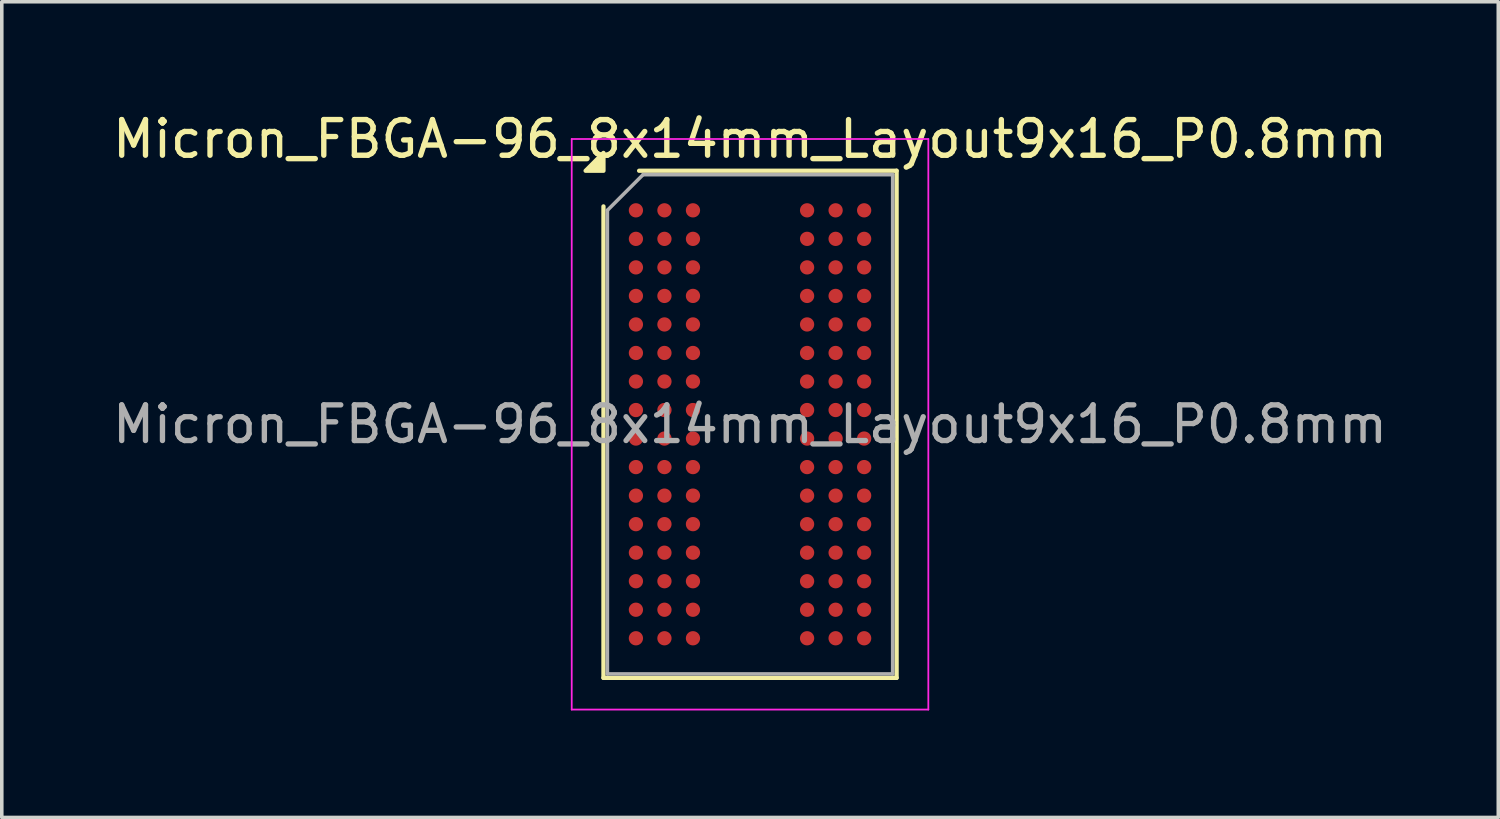
<source format=kicad_pcb>
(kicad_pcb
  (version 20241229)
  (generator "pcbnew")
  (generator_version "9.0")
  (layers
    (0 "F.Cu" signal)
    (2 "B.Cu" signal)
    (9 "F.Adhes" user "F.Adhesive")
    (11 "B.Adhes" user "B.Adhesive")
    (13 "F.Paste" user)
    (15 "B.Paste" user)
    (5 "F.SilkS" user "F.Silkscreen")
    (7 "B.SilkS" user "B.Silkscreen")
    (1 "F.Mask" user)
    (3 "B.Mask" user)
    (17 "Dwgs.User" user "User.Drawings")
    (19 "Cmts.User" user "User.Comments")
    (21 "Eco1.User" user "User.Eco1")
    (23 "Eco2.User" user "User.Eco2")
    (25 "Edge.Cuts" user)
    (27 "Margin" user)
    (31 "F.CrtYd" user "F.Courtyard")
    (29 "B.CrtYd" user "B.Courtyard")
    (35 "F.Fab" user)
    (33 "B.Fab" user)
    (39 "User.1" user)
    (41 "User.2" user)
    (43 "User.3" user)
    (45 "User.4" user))
  (footprint "Micron_FBGA-96_8x14mm_Layout9x16_P0.8mm"
    (layer "F.Cu")
    (at 17.982 8.848)
    (property "Reference" "Micron_FBGA-96_8x14mm_Layout9x16_P0.8mm" (at 0 -8 0) (layer "F.SilkS") (effects (font (size 1 1) (thickness 0.15))))
    (attr smd)
    (fp_line (start -4.11 7.11) (end -4.11 -6.11) (stroke (width 0.12) (type solid)) (layer "F.SilkS"))
    (fp_line (start -3.11 -7.11) (end 4.11 -7.11) (stroke (width 0.12) (type solid)) (layer "F.SilkS"))
    (fp_line (start 4.11 -7.11) (end 4.11 7.11) (stroke (width 0.12) (type solid)) (layer "F.SilkS"))
    (fp_line (start 4.11 7.11) (end -4.11 7.11) (stroke (width 0.12) (type solid)) (layer "F.SilkS"))
    (fp_poly (pts (xy -4.11 -7.11) (xy -4.61 -7.11) (xy -4.11 -7.61) (xy -4.11 -7.11)) (stroke (width 0.12) (type solid)) (fill yes) (layer "F.SilkS"))
    (fp_line (start -5 -8) (end -5 8) (stroke (width 0.05) (type solid)) (layer "F.CrtYd"))
    (fp_line (start -5 8) (end 5 8) (stroke (width 0.05) (type solid)) (layer "F.CrtYd"))
    (fp_line (start 5 -8) (end -5 -8) (stroke (width 0.05) (type solid)) (layer "F.CrtYd"))
    (fp_line (start 5 8) (end 5 -8) (stroke (width 0.05) (type solid)) (layer "F.CrtYd"))
    (fp_line (start -4 -6) (end -3 -7) (stroke (width 0.1) (type solid)) (layer "F.Fab"))
    (fp_line (start -4 7) (end -4 -6) (stroke (width 0.1) (type solid)) (layer "F.Fab"))
    (fp_line (start -3 -7) (end 4 -7) (stroke (width 0.1) (type solid)) (layer "F.Fab"))
    (fp_line (start 4 -7) (end 4 7) (stroke (width 0.1) (type solid)) (layer "F.Fab"))
    (fp_line (start 4 7) (end -4 7) (stroke (width 0.1) (type solid)) (layer "F.Fab"))
    (fp_text user "${REFERENCE}" (at 0 0 0) (layer "F.Fab") (effects (font (size 1 1) (thickness 0.15))))
    (pad "A1" smd circle (at -3.2 -6) (size 0.4 0.4) (property pad_prop_bga) (layers "F.Cu" "F.Mask" "F.Paste"))
    (pad "A2" smd circle (at -2.4 -6) (size 0.4 0.4) (property pad_prop_bga) (layers "F.Cu" "F.Mask" "F.Paste"))
    (pad "A3" smd circle (at -1.6 -6) (size 0.4 0.4) (property pad_prop_bga) (layers "F.Cu" "F.Mask" "F.Paste"))
    (pad "A7" smd circle (at 1.6 -6) (size 0.4 0.4) (property pad_prop_bga) (layers "F.Cu" "F.Mask" "F.Paste"))
    (pad "A8" smd circle (at 2.4 -6) (size 0.4 0.4) (property pad_prop_bga) (layers "F.Cu" "F.Mask" "F.Paste"))
    (pad "A9" smd circle (at 3.2 -6) (size 0.4 0.4) (property pad_prop_bga) (layers "F.Cu" "F.Mask" "F.Paste"))
    (pad "B1" smd circle (at -3.2 -5.2) (size 0.4 0.4) (property pad_prop_bga) (layers "F.Cu" "F.Mask" "F.Paste"))
    (pad "B2" smd circle (at -2.4 -5.2) (size 0.4 0.4) (property pad_prop_bga) (layers "F.Cu" "F.Mask" "F.Paste"))
    (pad "B3" smd circle (at -1.6 -5.2) (size 0.4 0.4) (property pad_prop_bga) (layers "F.Cu" "F.Mask" "F.Paste"))
    (pad "B7" smd circle (at 1.6 -5.2) (size 0.4 0.4) (property pad_prop_bga) (layers "F.Cu" "F.Mask" "F.Paste"))
    (pad "B8" smd circle (at 2.4 -5.2) (size 0.4 0.4) (property pad_prop_bga) (layers "F.Cu" "F.Mask" "F.Paste"))
    (pad "B9" smd circle (at 3.2 -5.2) (size 0.4 0.4) (property pad_prop_bga) (layers "F.Cu" "F.Mask" "F.Paste"))
    (pad "C1" smd circle (at -3.2 -4.4) (size 0.4 0.4) (property pad_prop_bga) (layers "F.Cu" "F.Mask" "F.Paste"))
    (pad "C2" smd circle (at -2.4 -4.4) (size 0.4 0.4) (property pad_prop_bga) (layers "F.Cu" "F.Mask" "F.Paste"))
    (pad "C3" smd circle (at -1.6 -4.4) (size 0.4 0.4) (property pad_prop_bga) (layers "F.Cu" "F.Mask" "F.Paste"))
    (pad "C7" smd circle (at 1.6 -4.4) (size 0.4 0.4) (property pad_prop_bga) (layers "F.Cu" "F.Mask" "F.Paste"))
    (pad "C8" smd circle (at 2.4 -4.4) (size 0.4 0.4) (property pad_prop_bga) (layers "F.Cu" "F.Mask" "F.Paste"))
    (pad "C9" smd circle (at 3.2 -4.4) (size 0.4 0.4) (property pad_prop_bga) (layers "F.Cu" "F.Mask" "F.Paste"))
    (pad "D1" smd circle (at -3.2 -3.6) (size 0.4 0.4) (property pad_prop_bga) (layers "F.Cu" "F.Mask" "F.Paste"))
    (pad "D2" smd circle (at -2.4 -3.6) (size 0.4 0.4) (property pad_prop_bga) (layers "F.Cu" "F.Mask" "F.Paste"))
    (pad "D3" smd circle (at -1.6 -3.6) (size 0.4 0.4) (property pad_prop_bga) (layers "F.Cu" "F.Mask" "F.Paste"))
    (pad "D7" smd circle (at 1.6 -3.6) (size 0.4 0.4) (property pad_prop_bga) (layers "F.Cu" "F.Mask" "F.Paste"))
    (pad "D8" smd circle (at 2.4 -3.6) (size 0.4 0.4) (property pad_prop_bga) (layers "F.Cu" "F.Mask" "F.Paste"))
    (pad "D9" smd circle (at 3.2 -3.6) (size 0.4 0.4) (property pad_prop_bga) (layers "F.Cu" "F.Mask" "F.Paste"))
    (pad "E1" smd circle (at -3.2 -2.8) (size 0.4 0.4) (property pad_prop_bga) (layers "F.Cu" "F.Mask" "F.Paste"))
    (pad "E2" smd circle (at -2.4 -2.8) (size 0.4 0.4) (property pad_prop_bga) (layers "F.Cu" "F.Mask" "F.Paste"))
    (pad "E3" smd circle (at -1.6 -2.8) (size 0.4 0.4) (property pad_prop_bga) (layers "F.Cu" "F.Mask" "F.Paste"))
    (pad "E7" smd circle (at 1.6 -2.8) (size 0.4 0.4) (property pad_prop_bga) (layers "F.Cu" "F.Mask" "F.Paste"))
    (pad "E8" smd circle (at 2.4 -2.8) (size 0.4 0.4) (property pad_prop_bga) (layers "F.Cu" "F.Mask" "F.Paste"))
    (pad "E9" smd circle (at 3.2 -2.8) (size 0.4 0.4) (property pad_prop_bga) (layers "F.Cu" "F.Mask" "F.Paste"))
    (pad "F1" smd circle (at -3.2 -2) (size 0.4 0.4) (property pad_prop_bga) (layers "F.Cu" "F.Mask" "F.Paste"))
    (pad "F2" smd circle (at -2.4 -2) (size 0.4 0.4) (property pad_prop_bga) (layers "F.Cu" "F.Mask" "F.Paste"))
    (pad "F3" smd circle (at -1.6 -2) (size 0.4 0.4) (property pad_prop_bga) (layers "F.Cu" "F.Mask" "F.Paste"))
    (pad "F7" smd circle (at 1.6 -2) (size 0.4 0.4) (property pad_prop_bga) (layers "F.Cu" "F.Mask" "F.Paste"))
    (pad "F8" smd circle (at 2.4 -2) (size 0.4 0.4) (property pad_prop_bga) (layers "F.Cu" "F.Mask" "F.Paste"))
    (pad "F9" smd circle (at 3.2 -2) (size 0.4 0.4) (property pad_prop_bga) (layers "F.Cu" "F.Mask" "F.Paste"))
    (pad "G1" smd circle (at -3.2 -1.2) (size 0.4 0.4) (property pad_prop_bga) (layers "F.Cu" "F.Mask" "F.Paste"))
    (pad "G2" smd circle (at -2.4 -1.2) (size 0.4 0.4) (property pad_prop_bga) (layers "F.Cu" "F.Mask" "F.Paste"))
    (pad "G3" smd circle (at -1.6 -1.2) (size 0.4 0.4) (property pad_prop_bga) (layers "F.Cu" "F.Mask" "F.Paste"))
    (pad "G7" smd circle (at 1.6 -1.2) (size 0.4 0.4) (property pad_prop_bga) (layers "F.Cu" "F.Mask" "F.Paste"))
    (pad "G8" smd circle (at 2.4 -1.2) (size 0.4 0.4) (property pad_prop_bga) (layers "F.Cu" "F.Mask" "F.Paste"))
    (pad "G9" smd circle (at 3.2 -1.2) (size 0.4 0.4) (property pad_prop_bga) (layers "F.Cu" "F.Mask" "F.Paste"))
    (pad "H1" smd circle (at -3.2 -0.4) (size 0.4 0.4) (property pad_prop_bga) (layers "F.Cu" "F.Mask" "F.Paste"))
    (pad "H2" smd circle (at -2.4 -0.4) (size 0.4 0.4) (property pad_prop_bga) (layers "F.Cu" "F.Mask" "F.Paste"))
    (pad "H3" smd circle (at -1.6 -0.4) (size 0.4 0.4) (property pad_prop_bga) (layers "F.Cu" "F.Mask" "F.Paste"))
    (pad "H7" smd circle (at 1.6 -0.4) (size 0.4 0.4) (property pad_prop_bga) (layers "F.Cu" "F.Mask" "F.Paste"))
    (pad "H8" smd circle (at 2.4 -0.4) (size 0.4 0.4) (property pad_prop_bga) (layers "F.Cu" "F.Mask" "F.Paste"))
    (pad "H9" smd circle (at 3.2 -0.4) (size 0.4 0.4) (property pad_prop_bga) (layers "F.Cu" "F.Mask" "F.Paste"))
    (pad "J1" smd circle (at -3.2 0.4) (size 0.4 0.4) (property pad_prop_bga) (layers "F.Cu" "F.Mask" "F.Paste"))
    (pad "J2" smd circle (at -2.4 0.4) (size 0.4 0.4) (property pad_prop_bga) (layers "F.Cu" "F.Mask" "F.Paste"))
    (pad "J3" smd circle (at -1.6 0.4) (size 0.4 0.4) (property pad_prop_bga) (layers "F.Cu" "F.Mask" "F.Paste"))
    (pad "J7" smd circle (at 1.6 0.4) (size 0.4 0.4) (property pad_prop_bga) (layers "F.Cu" "F.Mask" "F.Paste"))
    (pad "J8" smd circle (at 2.4 0.4) (size 0.4 0.4) (property pad_prop_bga) (layers "F.Cu" "F.Mask" "F.Paste"))
    (pad "J9" smd circle (at 3.2 0.4) (size 0.4 0.4) (property pad_prop_bga) (layers "F.Cu" "F.Mask" "F.Paste"))
    (pad "K1" smd circle (at -3.2 1.2) (size 0.4 0.4) (property pad_prop_bga) (layers "F.Cu" "F.Mask" "F.Paste"))
    (pad "K2" smd circle (at -2.4 1.2) (size 0.4 0.4) (property pad_prop_bga) (layers "F.Cu" "F.Mask" "F.Paste"))
    (pad "K3" smd circle (at -1.6 1.2) (size 0.4 0.4) (property pad_prop_bga) (layers "F.Cu" "F.Mask" "F.Paste"))
    (pad "K7" smd circle (at 1.6 1.2) (size 0.4 0.4) (property pad_prop_bga) (layers "F.Cu" "F.Mask" "F.Paste"))
    (pad "K8" smd circle (at 2.4 1.2) (size 0.4 0.4) (property pad_prop_bga) (layers "F.Cu" "F.Mask" "F.Paste"))
    (pad "K9" smd circle (at 3.2 1.2) (size 0.4 0.4) (property pad_prop_bga) (layers "F.Cu" "F.Mask" "F.Paste"))
    (pad "L1" smd circle (at -3.2 2) (size 0.4 0.4) (property pad_prop_bga) (layers "F.Cu" "F.Mask" "F.Paste"))
    (pad "L2" smd circle (at -2.4 2) (size 0.4 0.4) (property pad_prop_bga) (layers "F.Cu" "F.Mask" "F.Paste"))
    (pad "L3" smd circle (at -1.6 2) (size 0.4 0.4) (property pad_prop_bga) (layers "F.Cu" "F.Mask" "F.Paste"))
    (pad "L7" smd circle (at 1.6 2) (size 0.4 0.4) (property pad_prop_bga) (layers "F.Cu" "F.Mask" "F.Paste"))
    (pad "L8" smd circle (at 2.4 2) (size 0.4 0.4) (property pad_prop_bga) (layers "F.Cu" "F.Mask" "F.Paste"))
    (pad "L9" smd circle (at 3.2 2) (size 0.4 0.4) (property pad_prop_bga) (layers "F.Cu" "F.Mask" "F.Paste"))
    (pad "M1" smd circle (at -3.2 2.8) (size 0.4 0.4) (property pad_prop_bga) (layers "F.Cu" "F.Mask" "F.Paste"))
    (pad "M2" smd circle (at -2.4 2.8) (size 0.4 0.4) (property pad_prop_bga) (layers "F.Cu" "F.Mask" "F.Paste"))
    (pad "M3" smd circle (at -1.6 2.8) (size 0.4 0.4) (property pad_prop_bga) (layers "F.Cu" "F.Mask" "F.Paste"))
    (pad "M7" smd circle (at 1.6 2.8) (size 0.4 0.4) (property pad_prop_bga) (layers "F.Cu" "F.Mask" "F.Paste"))
    (pad "M8" smd circle (at 2.4 2.8) (size 0.4 0.4) (property pad_prop_bga) (layers "F.Cu" "F.Mask" "F.Paste"))
    (pad "M9" smd circle (at 3.2 2.8) (size 0.4 0.4) (property pad_prop_bga) (layers "F.Cu" "F.Mask" "F.Paste"))
    (pad "N1" smd circle (at -3.2 3.6) (size 0.4 0.4) (property pad_prop_bga) (layers "F.Cu" "F.Mask" "F.Paste"))
    (pad "N2" smd circle (at -2.4 3.6) (size 0.4 0.4) (property pad_prop_bga) (layers "F.Cu" "F.Mask" "F.Paste"))
    (pad "N3" smd circle (at -1.6 3.6) (size 0.4 0.4) (property pad_prop_bga) (layers "F.Cu" "F.Mask" "F.Paste"))
    (pad "N7" smd circle (at 1.6 3.6) (size 0.4 0.4) (property pad_prop_bga) (layers "F.Cu" "F.Mask" "F.Paste"))
    (pad "N8" smd circle (at 2.4 3.6) (size 0.4 0.4) (property pad_prop_bga) (layers "F.Cu" "F.Mask" "F.Paste"))
    (pad "N9" smd circle (at 3.2 3.6) (size 0.4 0.4) (property pad_prop_bga) (layers "F.Cu" "F.Mask" "F.Paste"))
    (pad "P1" smd circle (at -3.2 4.4) (size 0.4 0.4) (property pad_prop_bga) (layers "F.Cu" "F.Mask" "F.Paste"))
    (pad "P2" smd circle (at -2.4 4.4) (size 0.4 0.4) (property pad_prop_bga) (layers "F.Cu" "F.Mask" "F.Paste"))
    (pad "P3" smd circle (at -1.6 4.4) (size 0.4 0.4) (property pad_prop_bga) (layers "F.Cu" "F.Mask" "F.Paste"))
    (pad "P7" smd circle (at 1.6 4.4) (size 0.4 0.4) (property pad_prop_bga) (layers "F.Cu" "F.Mask" "F.Paste"))
    (pad "P8" smd circle (at 2.4 4.4) (size 0.4 0.4) (property pad_prop_bga) (layers "F.Cu" "F.Mask" "F.Paste"))
    (pad "P9" smd circle (at 3.2 4.4) (size 0.4 0.4) (property pad_prop_bga) (layers "F.Cu" "F.Mask" "F.Paste"))
    (pad "R1" smd circle (at -3.2 5.2) (size 0.4 0.4) (property pad_prop_bga) (layers "F.Cu" "F.Mask" "F.Paste"))
    (pad "R2" smd circle (at -2.4 5.2) (size 0.4 0.4) (property pad_prop_bga) (layers "F.Cu" "F.Mask" "F.Paste"))
    (pad "R3" smd circle (at -1.6 5.2) (size 0.4 0.4) (property pad_prop_bga) (layers "F.Cu" "F.Mask" "F.Paste"))
    (pad "R7" smd circle (at 1.6 5.2) (size 0.4 0.4) (property pad_prop_bga) (layers "F.Cu" "F.Mask" "F.Paste"))
    (pad "R8" smd circle (at 2.4 5.2) (size 0.4 0.4) (property pad_prop_bga) (layers "F.Cu" "F.Mask" "F.Paste"))
    (pad "R9" smd circle (at 3.2 5.2) (size 0.4 0.4) (property pad_prop_bga) (layers "F.Cu" "F.Mask" "F.Paste"))
    (pad "T1" smd circle (at -3.2 6) (size 0.4 0.4) (property pad_prop_bga) (layers "F.Cu" "F.Mask" "F.Paste"))
    (pad "T2" smd circle (at -2.4 6) (size 0.4 0.4) (property pad_prop_bga) (layers "F.Cu" "F.Mask" "F.Paste"))
    (pad "T3" smd circle (at -1.6 6) (size 0.4 0.4) (property pad_prop_bga) (layers "F.Cu" "F.Mask" "F.Paste"))
    (pad "T7" smd circle (at 1.6 6) (size 0.4 0.4) (property pad_prop_bga) (layers "F.Cu" "F.Mask" "F.Paste"))
    (pad "T8" smd circle (at 2.4 6) (size 0.4 0.4) (property pad_prop_bga) (layers "F.Cu" "F.Mask" "F.Paste"))
    (pad "T9" smd circle (at 3.2 6) (size 0.4 0.4) (property pad_prop_bga) (layers "F.Cu" "F.Mask" "F.Paste")))
  (gr_rect
    (start -3 -3)
    (end 38.964 19.873)
    (stroke (width 0.1) (type default))
    (fill no)
    (layer "Edge.Cuts")))
</source>
